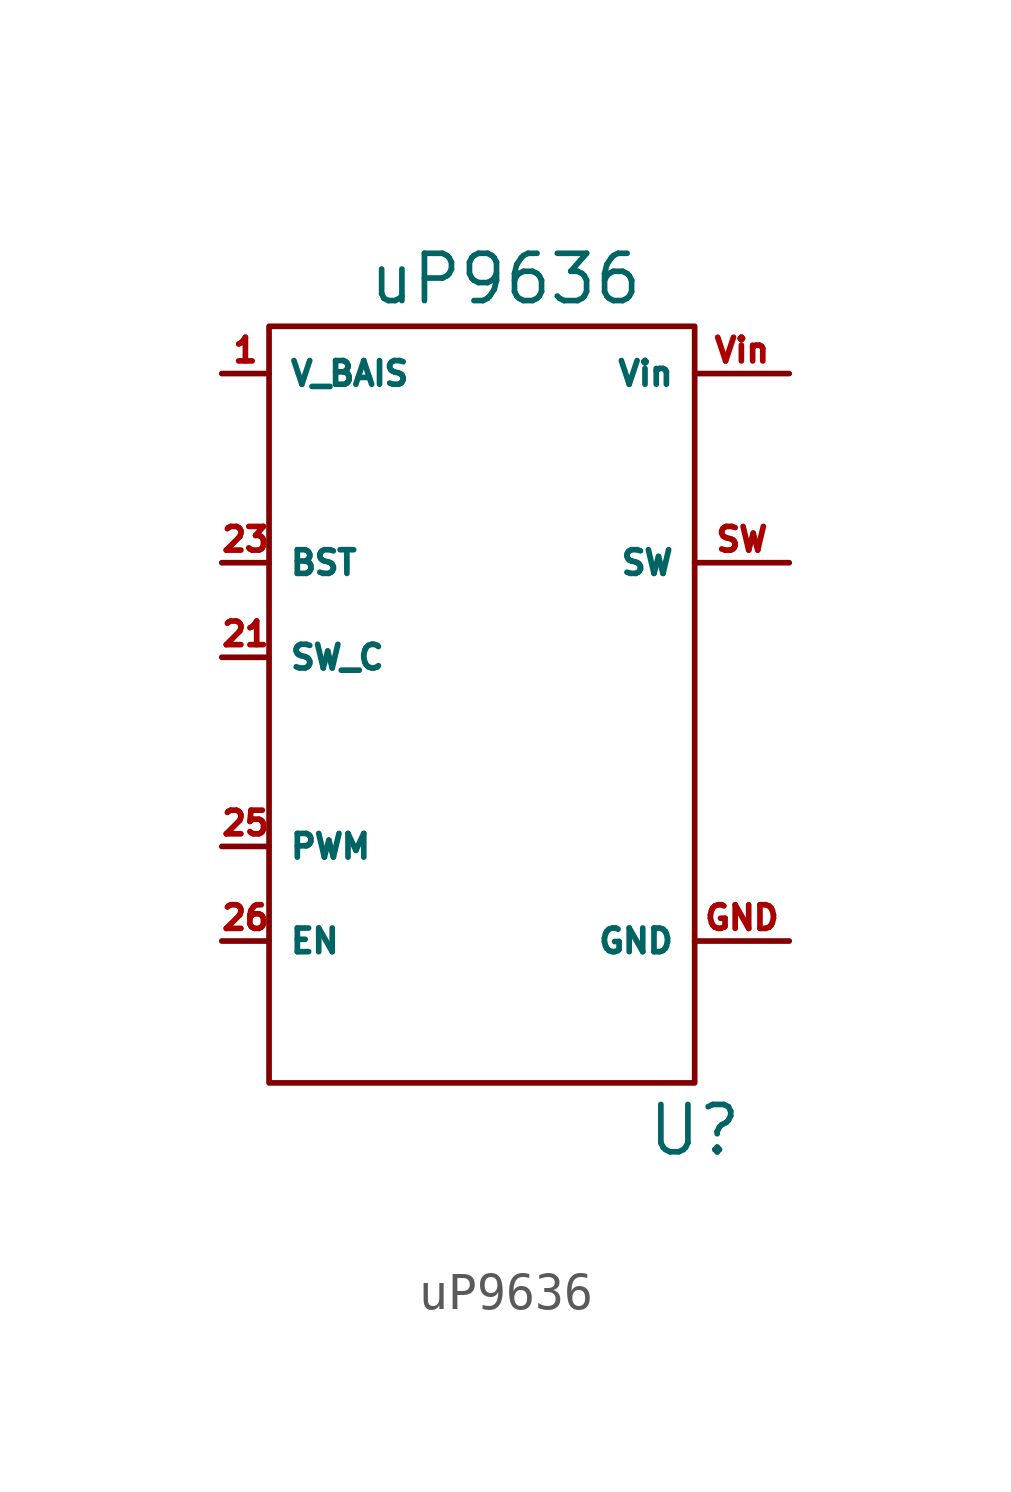
<source format=kicad_sym>
(kicad_symbol_lib
  (version 20211014)
  (generator kicad_symbol_editor)
  (symbol "uP9636"
    (property "Reference" "U"
      (at 5.08 -10.16 0)
      (effects (font (size 1.27 1.27))))
    (property "Value" "uP9636"
      (at 0 12.7 0)
      (effects (font (size 1.27 1.27))))
    (symbol "uP9636_0_1"
      (rectangle (start -6.35 11.43) (end 5.08 -8.89) (stroke (width 0) (type default) (color 0 0 0 0)) (fill (type none))))
    (symbol "uP9636_1_1"
      (pin power_in line (at -7.62 10.16 0) (length 1.27) (name "V_BAIS" (effects (font (size 0.635 0.635)))) (number "1" (effects (font (size 0.635 0.635)))))
      (pin no_connect line (at -5.08 -10.16 90) (length 1.27) hide (name "NC" (effects (font (size 0.635 0.635)))) (number "2" (effects (font (size 0.635 0.635)))))
      (pin no_connect line (at -2.54 -10.16 90) (length 1.27) hide (name "NC" (effects (font (size 0.635 0.635)))) (number "20" (effects (font (size 0.635 0.635)))))
      (pin passive line (at -7.62 2.54 0) (length 1.27) (name "SW_C" (effects (font (size 0.635 0.635)))) (number "21" (effects (font (size 0.635 0.635)))))
      (pin no_connect line (at 0 -10.16 90) (length 1.27) hide (name "NC" (effects (font (size 0.635 0.635)))) (number "22" (effects (font (size 0.635 0.635)))))
      (pin passive line (at -7.62 5.08 0) (length 1.27) (name "BST" (effects (font (size 0.635 0.635)))) (number "23" (effects (font (size 0.635 0.635)))))
      (pin no_connect line (at 2.54 -10.16 90) (length 1.27) hide (name "NC" (effects (font (size 0.635 0.635)))) (number "24" (effects (font (size 0.635 0.635)))))
      (pin input line (at -7.62 -2.54 0) (length 1.27) (name "PWM" (effects (font (size 0.635 0.635)))) (number "25" (effects (font (size 0.635 0.635)))))
      (pin input line (at -7.62 -5.08 0) (length 1.27) (name "EN" (effects (font (size 0.635 0.635)))) (number "26" (effects (font (size 0.635 0.635)))))
      (pin power_in line (at 7.62 -5.08 180) (length 2.54) (name "GND" (effects (font (size 0.635 0.635)))) (number "GND" (effects (font (size 0.635 0.635)))))
      (pin power_out line (at 7.62 5.08 180) (length 2.54) (name "SW" (effects (font (size 0.635 0.635)))) (number "SW" (effects (font (size 0.635 0.635)))))
      (pin power_in line (at 7.62 10.16 180) (length 2.54) (name "Vin" (effects (font (size 0.635 0.635)))) (number "Vin" (effects (font (size 0.635 0.635))))))))
</source>
